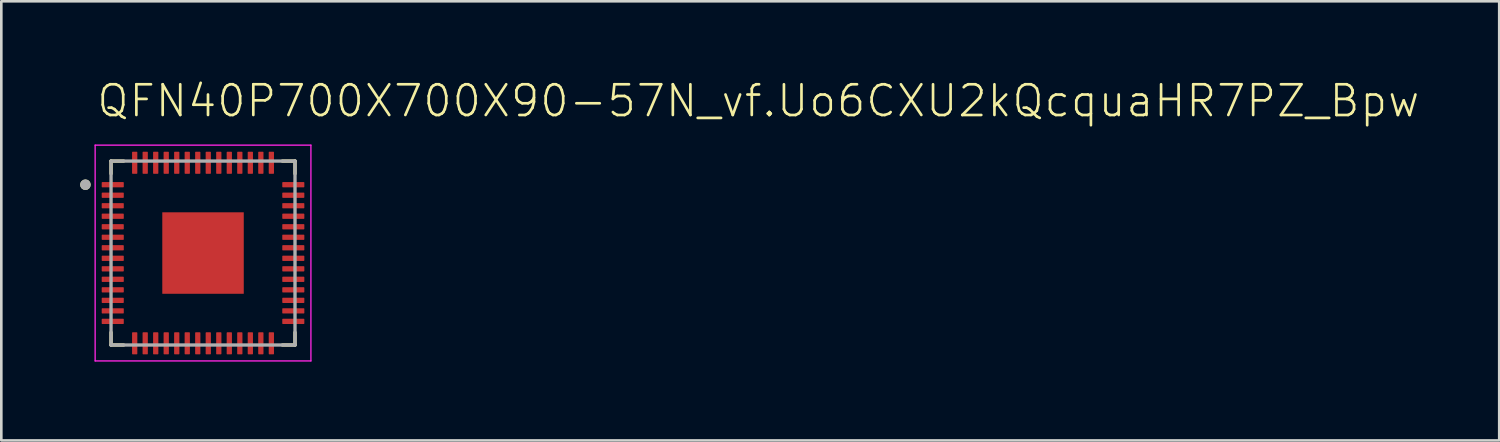
<source format=kicad_pcb>
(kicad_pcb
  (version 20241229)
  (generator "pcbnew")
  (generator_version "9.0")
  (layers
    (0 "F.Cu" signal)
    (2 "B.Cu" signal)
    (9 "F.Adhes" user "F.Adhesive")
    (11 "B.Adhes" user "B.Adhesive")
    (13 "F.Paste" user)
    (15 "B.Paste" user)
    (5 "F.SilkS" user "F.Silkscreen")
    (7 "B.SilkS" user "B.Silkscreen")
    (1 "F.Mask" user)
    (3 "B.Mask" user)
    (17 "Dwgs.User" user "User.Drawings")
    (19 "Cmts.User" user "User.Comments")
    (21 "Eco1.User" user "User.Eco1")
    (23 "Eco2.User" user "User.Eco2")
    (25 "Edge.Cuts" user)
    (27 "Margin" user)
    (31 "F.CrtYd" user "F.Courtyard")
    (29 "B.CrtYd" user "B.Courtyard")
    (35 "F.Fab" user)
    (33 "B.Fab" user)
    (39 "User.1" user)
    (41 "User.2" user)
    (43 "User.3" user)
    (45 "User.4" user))
  (footprint "QFN40P700X700X90-57N_vf.Uo6CXU2kQcquaHR7PZ_Bpw"
    (layer "F.Cu")
    (at 4.675 6.578)
    (property "Reference" "QFN40P700X700X90-57N_vf.Uo6CXU2kQcquaHR7PZ_Bpw" (at -4.105 -5.105 0) (unlocked yes) (layer "F.SilkS") (effects (font (size 1.168 1.168) (thickness 0.102)) (justify left bottom)))
    (fp_line (start -3.5 -3.5) (end -3.5 -3.02) (stroke (width 0.127) (type solid)) (layer "F.SilkS"))
    (fp_line (start -3.5 -3.5) (end -3.02 -3.5) (stroke (width 0.127) (type solid)) (layer "F.SilkS"))
    (fp_line (start -3.5 3.5) (end -3.5 3.02) (stroke (width 0.127) (type solid)) (layer "F.SilkS"))
    (fp_line (start -3.5 3.5) (end -3.02 3.5) (stroke (width 0.127) (type solid)) (layer "F.SilkS"))
    (fp_line (start 3.5 -3.5) (end 3.02 -3.5) (stroke (width 0.127) (type solid)) (layer "F.SilkS"))
    (fp_line (start 3.5 -3.5) (end 3.5 -3.02) (stroke (width 0.127) (type solid)) (layer "F.SilkS"))
    (fp_line (start 3.5 3.5) (end 3.02 3.5) (stroke (width 0.127) (type solid)) (layer "F.SilkS"))
    (fp_line (start 3.5 3.5) (end 3.5 3.02) (stroke (width 0.127) (type solid)) (layer "F.SilkS"))
    (fp_circle (center -4.475 -2.6) (end -4.375 -2.6) (stroke (width 0.2) (type solid)) (fill no) (layer "F.SilkS"))
    (fp_poly (pts (xy -0.98 0.98) (xy 0.98 0.98) (xy 0.98 -0.98) (xy -0.98 -0.98)) (stroke (width 0) (type default)) (fill yes) (layer "F.Paste"))
    (fp_line (start -4.105 -4.105) (end 4.105 -4.105) (stroke (width 0.05) (type solid)) (layer "F.CrtYd"))
    (fp_line (start -4.105 4.105) (end -4.105 -4.105) (stroke (width 0.05) (type solid)) (layer "F.CrtYd"))
    (fp_line (start -4.105 4.105) (end 4.105 4.105) (stroke (width 0.05) (type solid)) (layer "F.CrtYd"))
    (fp_line (start 4.105 4.105) (end 4.105 -4.105) (stroke (width 0.05) (type solid)) (layer "F.CrtYd"))
    (fp_line (start -3.5 3.5) (end -3.5 -3.5) (stroke (width 0.127) (type solid)) (layer "F.Fab"))
    (fp_line (start 3.5 -3.5) (end -3.5 -3.5) (stroke (width 0.127) (type solid)) (layer "F.Fab"))
    (fp_line (start 3.5 3.5) (end -3.5 3.5) (stroke (width 0.127) (type solid)) (layer "F.Fab"))
    (fp_line (start 3.5 3.5) (end 3.5 -3.5) (stroke (width 0.127) (type solid)) (layer "F.Fab"))
    (fp_circle (center -4.475 -2.6) (end -4.375 -2.6) (stroke (width 0.2) (type solid)) (fill no) (layer "F.Fab"))
    (pad "1" smd roundrect (at -3.435 -2.6) (size 0.84 0.2) (layers "F.Cu" "F.Mask" "F.Paste") (roundrect_rratio 0.125))
    (pad "2" smd roundrect (at -3.435 -2.2) (size 0.84 0.2) (layers "F.Cu" "F.Mask" "F.Paste") (roundrect_rratio 0.125))
    (pad "3" smd roundrect (at -3.435 -1.8) (size 0.84 0.2) (layers "F.Cu" "F.Mask" "F.Paste") (roundrect_rratio 0.125))
    (pad "4" smd roundrect (at -3.435 -1.4) (size 0.84 0.2) (layers "F.Cu" "F.Mask" "F.Paste") (roundrect_rratio 0.125))
    (pad "5" smd roundrect (at -3.435 -1) (size 0.84 0.2) (layers "F.Cu" "F.Mask" "F.Paste") (roundrect_rratio 0.125))
    (pad "6" smd roundrect (at -3.435 -0.6) (size 0.84 0.2) (layers "F.Cu" "F.Mask" "F.Paste") (roundrect_rratio 0.125))
    (pad "7" smd roundrect (at -3.435 -0.2) (size 0.84 0.2) (layers "F.Cu" "F.Mask" "F.Paste") (roundrect_rratio 0.125))
    (pad "8" smd roundrect (at -3.435 0.2) (size 0.84 0.2) (layers "F.Cu" "F.Mask" "F.Paste") (roundrect_rratio 0.125))
    (pad "9" smd roundrect (at -3.435 0.6) (size 0.84 0.2) (layers "F.Cu" "F.Mask" "F.Paste") (roundrect_rratio 0.125))
    (pad "10" smd roundrect (at -3.435 1) (size 0.84 0.2) (layers "F.Cu" "F.Mask" "F.Paste") (roundrect_rratio 0.125))
    (pad "11" smd roundrect (at -3.435 1.4) (size 0.84 0.2) (layers "F.Cu" "F.Mask" "F.Paste") (roundrect_rratio 0.125))
    (pad "12" smd roundrect (at -3.435 1.8) (size 0.84 0.2) (layers "F.Cu" "F.Mask" "F.Paste") (roundrect_rratio 0.125))
    (pad "13" smd roundrect (at -3.435 2.2) (size 0.84 0.2) (layers "F.Cu" "F.Mask" "F.Paste") (roundrect_rratio 0.125))
    (pad "14" smd roundrect (at -3.435 2.6) (size 0.84 0.2) (layers "F.Cu" "F.Mask" "F.Paste") (roundrect_rratio 0.125))
    (pad "15" smd roundrect (at -2.6 3.435) (size 0.2 0.84) (layers "F.Cu" "F.Mask" "F.Paste") (roundrect_rratio 0.125))
    (pad "16" smd roundrect (at -2.2 3.435) (size 0.2 0.84) (layers "F.Cu" "F.Mask" "F.Paste") (roundrect_rratio 0.125))
    (pad "17" smd roundrect (at -1.8 3.435) (size 0.2 0.84) (layers "F.Cu" "F.Mask" "F.Paste") (roundrect_rratio 0.125))
    (pad "18" smd roundrect (at -1.4 3.435) (size 0.2 0.84) (layers "F.Cu" "F.Mask" "F.Paste") (roundrect_rratio 0.125))
    (pad "19" smd roundrect (at -1 3.435) (size 0.2 0.84) (layers "F.Cu" "F.Mask" "F.Paste") (roundrect_rratio 0.125))
    (pad "20" smd roundrect (at -0.6 3.435) (size 0.2 0.84) (layers "F.Cu" "F.Mask" "F.Paste") (roundrect_rratio 0.125))
    (pad "21" smd roundrect (at -0.2 3.435) (size 0.2 0.84) (layers "F.Cu" "F.Mask" "F.Paste") (roundrect_rratio 0.125))
    (pad "22" smd roundrect (at 0.2 3.435) (size 0.2 0.84) (layers "F.Cu" "F.Mask" "F.Paste") (roundrect_rratio 0.125))
    (pad "23" smd roundrect (at 0.6 3.435) (size 0.2 0.84) (layers "F.Cu" "F.Mask" "F.Paste") (roundrect_rratio 0.125))
    (pad "24" smd roundrect (at 1 3.435) (size 0.2 0.84) (layers "F.Cu" "F.Mask" "F.Paste") (roundrect_rratio 0.125))
    (pad "25" smd roundrect (at 1.4 3.435) (size 0.2 0.84) (layers "F.Cu" "F.Mask" "F.Paste") (roundrect_rratio 0.125))
    (pad "26" smd roundrect (at 1.8 3.435) (size 0.2 0.84) (layers "F.Cu" "F.Mask" "F.Paste") (roundrect_rratio 0.125))
    (pad "27" smd roundrect (at 2.2 3.435) (size 0.2 0.84) (layers "F.Cu" "F.Mask" "F.Paste") (roundrect_rratio 0.125))
    (pad "28" smd roundrect (at 2.6 3.435) (size 0.2 0.84) (layers "F.Cu" "F.Mask" "F.Paste") (roundrect_rratio 0.125))
    (pad "29" smd roundrect (at 3.435 2.6) (size 0.84 0.2) (layers "F.Cu" "F.Mask" "F.Paste") (roundrect_rratio 0.125))
    (pad "30" smd roundrect (at 3.435 2.2) (size 0.84 0.2) (layers "F.Cu" "F.Mask" "F.Paste") (roundrect_rratio 0.125))
    (pad "31" smd roundrect (at 3.435 1.8) (size 0.84 0.2) (layers "F.Cu" "F.Mask" "F.Paste") (roundrect_rratio 0.125))
    (pad "32" smd roundrect (at 3.435 1.4) (size 0.84 0.2) (layers "F.Cu" "F.Mask" "F.Paste") (roundrect_rratio 0.125))
    (pad "33" smd roundrect (at 3.435 1) (size 0.84 0.2) (layers "F.Cu" "F.Mask" "F.Paste") (roundrect_rratio 0.125))
    (pad "34" smd roundrect (at 3.435 0.6) (size 0.84 0.2) (layers "F.Cu" "F.Mask" "F.Paste") (roundrect_rratio 0.125))
    (pad "35" smd roundrect (at 3.435 0.2) (size 0.84 0.2) (layers "F.Cu" "F.Mask" "F.Paste") (roundrect_rratio 0.125))
    (pad "36" smd roundrect (at 3.435 -0.2) (size 0.84 0.2) (layers "F.Cu" "F.Mask" "F.Paste") (roundrect_rratio 0.125))
    (pad "37" smd roundrect (at 3.435 -0.6) (size 0.84 0.2) (layers "F.Cu" "F.Mask" "F.Paste") (roundrect_rratio 0.125))
    (pad "38" smd roundrect (at 3.435 -1) (size 0.84 0.2) (layers "F.Cu" "F.Mask" "F.Paste") (roundrect_rratio 0.125))
    (pad "39" smd roundrect (at 3.435 -1.4) (size 0.84 0.2) (layers "F.Cu" "F.Mask" "F.Paste") (roundrect_rratio 0.125))
    (pad "40" smd roundrect (at 3.435 -1.8) (size 0.84 0.2) (layers "F.Cu" "F.Mask" "F.Paste") (roundrect_rratio 0.125))
    (pad "41" smd roundrect (at 3.435 -2.2) (size 0.84 0.2) (layers "F.Cu" "F.Mask" "F.Paste") (roundrect_rratio 0.125))
    (pad "42" smd roundrect (at 3.435 -2.6) (size 0.84 0.2) (layers "F.Cu" "F.Mask" "F.Paste") (roundrect_rratio 0.125))
    (pad "43" smd roundrect (at 2.6 -3.435) (size 0.2 0.84) (layers "F.Cu" "F.Mask" "F.Paste") (roundrect_rratio 0.125))
    (pad "44" smd roundrect (at 2.2 -3.435) (size 0.2 0.84) (layers "F.Cu" "F.Mask" "F.Paste") (roundrect_rratio 0.125))
    (pad "45" smd roundrect (at 1.8 -3.435) (size 0.2 0.84) (layers "F.Cu" "F.Mask" "F.Paste") (roundrect_rratio 0.125))
    (pad "46" smd roundrect (at 1.4 -3.435) (size 0.2 0.84) (layers "F.Cu" "F.Mask" "F.Paste") (roundrect_rratio 0.125))
    (pad "47" smd roundrect (at 1 -3.435) (size 0.2 0.84) (layers "F.Cu" "F.Mask" "F.Paste") (roundrect_rratio 0.125))
    (pad "48" smd roundrect (at 0.6 -3.435) (size 0.2 0.84) (layers "F.Cu" "F.Mask" "F.Paste") (roundrect_rratio 0.125))
    (pad "49" smd roundrect (at 0.2 -3.435) (size 0.2 0.84) (layers "F.Cu" "F.Mask" "F.Paste") (roundrect_rratio 0.125))
    (pad "50" smd roundrect (at -0.2 -3.435) (size 0.2 0.84) (layers "F.Cu" "F.Mask" "F.Paste") (roundrect_rratio 0.125))
    (pad "51" smd roundrect (at -0.6 -3.435) (size 0.2 0.84) (layers "F.Cu" "F.Mask" "F.Paste") (roundrect_rratio 0.125))
    (pad "52" smd roundrect (at -1 -3.435) (size 0.2 0.84) (layers "F.Cu" "F.Mask" "F.Paste") (roundrect_rratio 0.125))
    (pad "53" smd roundrect (at -1.4 -3.435) (size 0.2 0.84) (layers "F.Cu" "F.Mask" "F.Paste") (roundrect_rratio 0.125))
    (pad "54" smd roundrect (at -1.8 -3.435) (size 0.2 0.84) (layers "F.Cu" "F.Mask" "F.Paste") (roundrect_rratio 0.125))
    (pad "55" smd roundrect (at -2.2 -3.435) (size 0.2 0.84) (layers "F.Cu" "F.Mask" "F.Paste") (roundrect_rratio 0.125))
    (pad "56" smd roundrect (at -2.6 -3.435) (size 0.2 0.84) (layers "F.Cu" "F.Mask" "F.Paste") (roundrect_rratio 0.125))
    (pad "57" smd rect (at 0 0) (size 3.1 3.1) (layers "F.Cu" "F.Mask")))
  (gr_rect
    (start -3 -3)
    (end 53.994 13.708)
    (stroke (width 0.1) (type default))
    (fill no)
    (layer "Edge.Cuts")))
</source>
